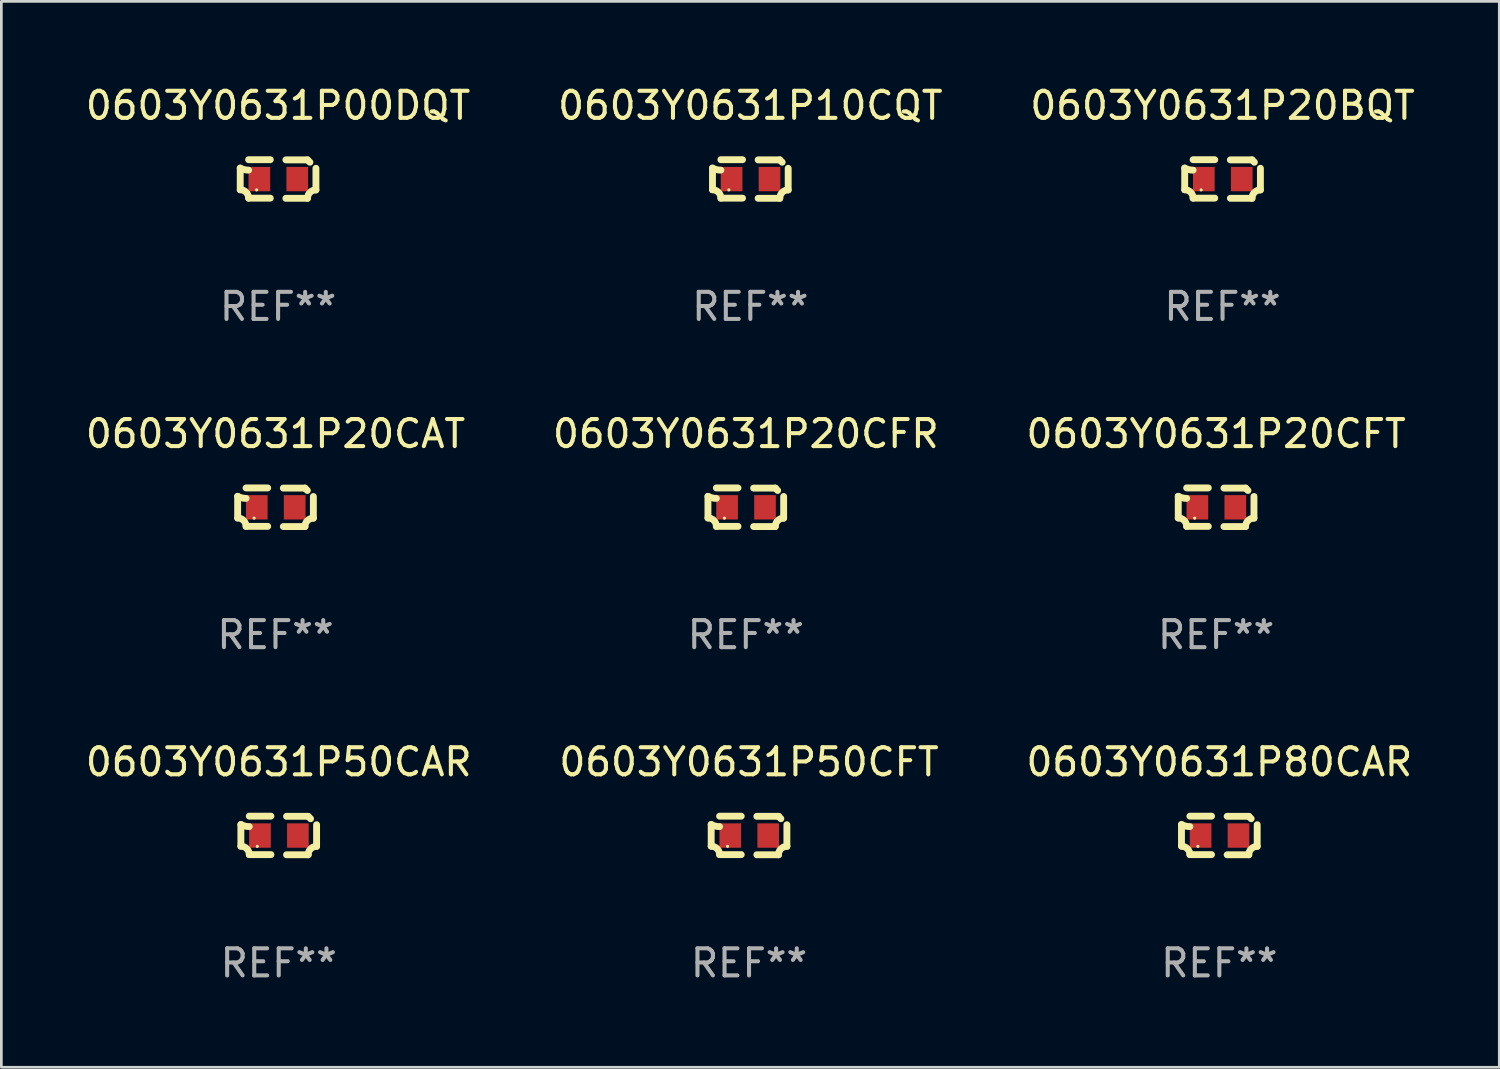
<source format=kicad_pcb>
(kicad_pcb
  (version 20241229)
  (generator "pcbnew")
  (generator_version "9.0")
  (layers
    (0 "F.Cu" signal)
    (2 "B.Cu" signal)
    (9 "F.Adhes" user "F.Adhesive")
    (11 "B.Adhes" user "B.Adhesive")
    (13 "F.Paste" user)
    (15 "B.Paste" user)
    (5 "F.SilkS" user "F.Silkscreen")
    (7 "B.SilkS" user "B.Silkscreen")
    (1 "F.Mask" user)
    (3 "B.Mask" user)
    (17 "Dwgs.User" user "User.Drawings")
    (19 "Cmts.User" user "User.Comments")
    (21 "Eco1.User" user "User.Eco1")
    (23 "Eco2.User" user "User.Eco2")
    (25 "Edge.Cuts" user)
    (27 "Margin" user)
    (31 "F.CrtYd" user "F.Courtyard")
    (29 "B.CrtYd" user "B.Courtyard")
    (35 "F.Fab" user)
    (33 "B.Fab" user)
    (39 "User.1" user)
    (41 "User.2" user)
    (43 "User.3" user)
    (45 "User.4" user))
  (footprint "0603Y0631P20CFT"
    (layer "F.Cu")
    (at 41.863 15.683)
    (property "Reference" "0603Y0631P20CFT" (at 0 -2.713 0) (layer "F.SilkS") (effects (font (size 1 1) (thickness 0.15))))
    (attr through_hole)
    (fp_line (start -1.398 -0.403) (end -1.398 0.397) (stroke (width 0.254) (type solid)) (layer "F.SilkS"))
    (fp_line (start -0.288 -0.713) (end -1.088 -0.713) (stroke (width 0.254) (type solid)) (layer "F.SilkS"))
    (fp_line (start -0.288 0.707) (end -1.088 0.707) (stroke (width 0.254) (type solid)) (layer "F.SilkS"))
    (fp_line (start 0.288 -0.707) (end 1.088 -0.707) (stroke (width 0.254) (type solid)) (layer "F.SilkS"))
    (fp_line (start 0.288 0.713) (end 1.088 0.713) (stroke (width 0.254) (type solid)) (layer "F.SilkS"))
    (fp_line (start 1.398 -0.397) (end 1.398 0.403) (stroke (width 0.254) (type solid)) (layer "F.SilkS"))
    (fp_arc (start -1.397789 0.397066) (mid -1.178701 0.487826) (end -1.08796 0.706922) (stroke (width 0.254001) (type solid)) (layer "F.SilkS"))
    (fp_arc (start -1.08796 -0.327176) (mid -1.247436 -0.346384) (end -1.39779 -0.402908) (stroke (width 0.254001) (type solid)) (layer "F.SilkS"))
    (fp_arc (start 1.087909 0.712738) (mid 1.178656 0.493655) (end 1.397739 0.402908) (stroke (width 0.254001) (type solid)) (layer "F.SilkS"))
    (fp_arc (start 1.175925 -0.618926) (mid 1.131917 -0.662923) (end 1.08791 -0.706922) (stroke (width 0.254001) (type solid)) (layer "F.SilkS"))
    (fp_circle (center -0.792 0.403) (end -0.762 0.403) (stroke (width 0.06) (type solid)) (fill no) (layer "F.SilkS"))
    (fp_text user "REF**" (at 0 4.713 0) (layer "F.Fab") (effects (font (size 1 1) (thickness 0.15))))
    (pad "1" smd rect (at -0.692 0.003) (size 0.8 0.9) (layers "F.Cu" "F.Mask" "F.Paste"))
    (pad "2" smd rect (at 0.708 0.003) (size 0.8 0.9) (layers "F.Cu" "F.Mask" "F.Paste")))
  (footprint "0603Y0631P10CQT"
    (layer "F.Cu")
    (at 24.661 3.561)
    (property "Reference" "0603Y0631P10CQT" (at 0 -2.713 0) (layer "F.SilkS") (effects (font (size 1 1) (thickness 0.15))))
    (attr through_hole)
    (fp_line (start -1.398 -0.403) (end -1.398 0.397) (stroke (width 0.254) (type solid)) (layer "F.SilkS"))
    (fp_line (start -0.288 -0.713) (end -1.088 -0.713) (stroke (width 0.254) (type solid)) (layer "F.SilkS"))
    (fp_line (start -0.288 0.707) (end -1.088 0.707) (stroke (width 0.254) (type solid)) (layer "F.SilkS"))
    (fp_line (start 0.288 -0.707) (end 1.088 -0.707) (stroke (width 0.254) (type solid)) (layer "F.SilkS"))
    (fp_line (start 0.288 0.713) (end 1.088 0.713) (stroke (width 0.254) (type solid)) (layer "F.SilkS"))
    (fp_line (start 1.398 -0.397) (end 1.398 0.403) (stroke (width 0.254) (type solid)) (layer "F.SilkS"))
    (fp_arc (start -1.397789 0.397066) (mid -1.178701 0.487826) (end -1.08796 0.706922) (stroke (width 0.254001) (type solid)) (layer "F.SilkS"))
    (fp_arc (start -1.08796 -0.327176) (mid -1.247436 -0.346384) (end -1.39779 -0.402908) (stroke (width 0.254001) (type solid)) (layer "F.SilkS"))
    (fp_arc (start 1.087909 0.712738) (mid 1.178656 0.493655) (end 1.397739 0.402908) (stroke (width 0.254001) (type solid)) (layer "F.SilkS"))
    (fp_arc (start 1.175925 -0.618926) (mid 1.131917 -0.662923) (end 1.08791 -0.706922) (stroke (width 0.254001) (type solid)) (layer "F.SilkS"))
    (fp_circle (center -0.792 0.403) (end -0.762 0.403) (stroke (width 0.06) (type solid)) (fill no) (layer "F.SilkS"))
    (fp_text user "REF**" (at 0 4.713 0) (layer "F.Fab") (effects (font (size 1 1) (thickness 0.15))))
    (pad "1" smd rect (at -0.692 0.003) (size 0.8 0.9) (layers "F.Cu" "F.Mask" "F.Paste"))
    (pad "2" smd rect (at 0.708 0.003) (size 0.8 0.9) (layers "F.Cu" "F.Mask" "F.Paste")))
  (footprint "0603Y0631P50CAR"
    (layer "F.Cu")
    (at 7.244 27.805)
    (property "Reference" "0603Y0631P50CAR" (at 0 -2.713 0) (layer "F.SilkS") (effects (font (size 1 1) (thickness 0.15))))
    (attr through_hole)
    (fp_line (start -1.398 -0.403) (end -1.398 0.397) (stroke (width 0.254) (type solid)) (layer "F.SilkS"))
    (fp_line (start -0.288 -0.713) (end -1.088 -0.713) (stroke (width 0.254) (type solid)) (layer "F.SilkS"))
    (fp_line (start -0.288 0.707) (end -1.088 0.707) (stroke (width 0.254) (type solid)) (layer "F.SilkS"))
    (fp_line (start 0.288 -0.707) (end 1.088 -0.707) (stroke (width 0.254) (type solid)) (layer "F.SilkS"))
    (fp_line (start 0.288 0.713) (end 1.088 0.713) (stroke (width 0.254) (type solid)) (layer "F.SilkS"))
    (fp_line (start 1.398 -0.397) (end 1.398 0.403) (stroke (width 0.254) (type solid)) (layer "F.SilkS"))
    (fp_arc (start -1.397789 0.397066) (mid -1.178701 0.487826) (end -1.08796 0.706922) (stroke (width 0.254001) (type solid)) (layer "F.SilkS"))
    (fp_arc (start -1.08796 -0.327176) (mid -1.247436 -0.346384) (end -1.39779 -0.402908) (stroke (width 0.254001) (type solid)) (layer "F.SilkS"))
    (fp_arc (start 1.087909 0.712738) (mid 1.178656 0.493655) (end 1.397739 0.402908) (stroke (width 0.254001) (type solid)) (layer "F.SilkS"))
    (fp_arc (start 1.175925 -0.618926) (mid 1.131917 -0.662923) (end 1.08791 -0.706922) (stroke (width 0.254001) (type solid)) (layer "F.SilkS"))
    (fp_circle (center -0.792 0.403) (end -0.762 0.403) (stroke (width 0.06) (type solid)) (fill no) (layer "F.SilkS"))
    (fp_text user "REF**" (at 0 4.713 0) (layer "F.Fab") (effects (font (size 1 1) (thickness 0.15))))
    (pad "1" smd rect (at -0.692 0.003) (size 0.8 0.9) (layers "F.Cu" "F.Mask" "F.Paste"))
    (pad "2" smd rect (at 0.708 0.003) (size 0.8 0.9) (layers "F.Cu" "F.Mask" "F.Paste")))
  (footprint "0603Y0631P20BQT"
    (layer "F.Cu")
    (at 42.101 3.561)
    (property "Reference" "0603Y0631P20BQT" (at 0 -2.713 0) (layer "F.SilkS") (effects (font (size 1 1) (thickness 0.15))))
    (attr through_hole)
    (fp_line (start -1.398 -0.403) (end -1.398 0.397) (stroke (width 0.254) (type solid)) (layer "F.SilkS"))
    (fp_line (start -0.288 -0.713) (end -1.088 -0.713) (stroke (width 0.254) (type solid)) (layer "F.SilkS"))
    (fp_line (start -0.288 0.707) (end -1.088 0.707) (stroke (width 0.254) (type solid)) (layer "F.SilkS"))
    (fp_line (start 0.288 -0.707) (end 1.088 -0.707) (stroke (width 0.254) (type solid)) (layer "F.SilkS"))
    (fp_line (start 0.288 0.713) (end 1.088 0.713) (stroke (width 0.254) (type solid)) (layer "F.SilkS"))
    (fp_line (start 1.398 -0.397) (end 1.398 0.403) (stroke (width 0.254) (type solid)) (layer "F.SilkS"))
    (fp_arc (start -1.397789 0.397066) (mid -1.178701 0.487826) (end -1.08796 0.706922) (stroke (width 0.254001) (type solid)) (layer "F.SilkS"))
    (fp_arc (start -1.08796 -0.327176) (mid -1.247436 -0.346384) (end -1.39779 -0.402908) (stroke (width 0.254001) (type solid)) (layer "F.SilkS"))
    (fp_arc (start 1.087909 0.712738) (mid 1.178656 0.493655) (end 1.397739 0.402908) (stroke (width 0.254001) (type solid)) (layer "F.SilkS"))
    (fp_arc (start 1.175925 -0.618926) (mid 1.131917 -0.662923) (end 1.08791 -0.706922) (stroke (width 0.254001) (type solid)) (layer "F.SilkS"))
    (fp_circle (center -0.792 0.403) (end -0.762 0.403) (stroke (width 0.06) (type solid)) (fill no) (layer "F.SilkS"))
    (fp_text user "REF**" (at 0 4.713 0) (layer "F.Fab") (effects (font (size 1 1) (thickness 0.15))))
    (pad "1" smd rect (at -0.692 0.003) (size 0.8 0.9) (layers "F.Cu" "F.Mask" "F.Paste"))
    (pad "2" smd rect (at 0.708 0.003) (size 0.8 0.9) (layers "F.Cu" "F.Mask" "F.Paste")))
  (footprint "0603Y0631P50CFT"
    (layer "F.Cu")
    (at 24.613 27.805)
    (property "Reference" "0603Y0631P50CFT" (at 0 -2.713 0) (layer "F.SilkS") (effects (font (size 1 1) (thickness 0.15))))
    (attr through_hole)
    (fp_line (start -1.398 -0.403) (end -1.398 0.397) (stroke (width 0.254) (type solid)) (layer "F.SilkS"))
    (fp_line (start -0.288 -0.713) (end -1.088 -0.713) (stroke (width 0.254) (type solid)) (layer "F.SilkS"))
    (fp_line (start -0.288 0.707) (end -1.088 0.707) (stroke (width 0.254) (type solid)) (layer "F.SilkS"))
    (fp_line (start 0.288 -0.707) (end 1.088 -0.707) (stroke (width 0.254) (type solid)) (layer "F.SilkS"))
    (fp_line (start 0.288 0.713) (end 1.088 0.713) (stroke (width 0.254) (type solid)) (layer "F.SilkS"))
    (fp_line (start 1.398 -0.397) (end 1.398 0.403) (stroke (width 0.254) (type solid)) (layer "F.SilkS"))
    (fp_arc (start -1.397789 0.397066) (mid -1.178701 0.487826) (end -1.08796 0.706922) (stroke (width 0.254001) (type solid)) (layer "F.SilkS"))
    (fp_arc (start -1.08796 -0.327176) (mid -1.247436 -0.346384) (end -1.39779 -0.402908) (stroke (width 0.254001) (type solid)) (layer "F.SilkS"))
    (fp_arc (start 1.087909 0.712738) (mid 1.178656 0.493655) (end 1.397739 0.402908) (stroke (width 0.254001) (type solid)) (layer "F.SilkS"))
    (fp_arc (start 1.175925 -0.618926) (mid 1.131917 -0.662923) (end 1.08791 -0.706922) (stroke (width 0.254001) (type solid)) (layer "F.SilkS"))
    (fp_circle (center -0.792 0.403) (end -0.762 0.403) (stroke (width 0.06) (type solid)) (fill no) (layer "F.SilkS"))
    (fp_text user "REF**" (at 0 4.713 0) (layer "F.Fab") (effects (font (size 1 1) (thickness 0.15))))
    (pad "1" smd rect (at -0.692 0.003) (size 0.8 0.9) (layers "F.Cu" "F.Mask" "F.Paste"))
    (pad "2" smd rect (at 0.708 0.003) (size 0.8 0.9) (layers "F.Cu" "F.Mask" "F.Paste")))
  (footprint "0603Y0631P00DQT"
    (layer "F.Cu")
    (at 7.22 3.561)
    (property "Reference" "0603Y0631P00DQT" (at 0 -2.713 0) (layer "F.SilkS") (effects (font (size 1 1) (thickness 0.15))))
    (attr through_hole)
    (fp_line (start -1.398 -0.403) (end -1.398 0.397) (stroke (width 0.254) (type solid)) (layer "F.SilkS"))
    (fp_line (start -0.288 -0.713) (end -1.088 -0.713) (stroke (width 0.254) (type solid)) (layer "F.SilkS"))
    (fp_line (start -0.288 0.707) (end -1.088 0.707) (stroke (width 0.254) (type solid)) (layer "F.SilkS"))
    (fp_line (start 0.288 -0.707) (end 1.088 -0.707) (stroke (width 0.254) (type solid)) (layer "F.SilkS"))
    (fp_line (start 0.288 0.713) (end 1.088 0.713) (stroke (width 0.254) (type solid)) (layer "F.SilkS"))
    (fp_line (start 1.398 -0.397) (end 1.398 0.403) (stroke (width 0.254) (type solid)) (layer "F.SilkS"))
    (fp_arc (start -1.397789 0.397066) (mid -1.178701 0.487826) (end -1.08796 0.706922) (stroke (width 0.254001) (type solid)) (layer "F.SilkS"))
    (fp_arc (start -1.08796 -0.327176) (mid -1.247436 -0.346384) (end -1.39779 -0.402908) (stroke (width 0.254001) (type solid)) (layer "F.SilkS"))
    (fp_arc (start 1.087909 0.712738) (mid 1.178656 0.493655) (end 1.397739 0.402908) (stroke (width 0.254001) (type solid)) (layer "F.SilkS"))
    (fp_arc (start 1.175925 -0.618926) (mid 1.131917 -0.662923) (end 1.08791 -0.706922) (stroke (width 0.254001) (type solid)) (layer "F.SilkS"))
    (fp_circle (center -0.792 0.403) (end -0.762 0.403) (stroke (width 0.06) (type solid)) (fill no) (layer "F.SilkS"))
    (fp_text user "REF**" (at 0 4.713 0) (layer "F.Fab") (effects (font (size 1 1) (thickness 0.15))))
    (pad "1" smd rect (at -0.692 0.003) (size 0.8 0.9) (layers "F.Cu" "F.Mask" "F.Paste"))
    (pad "2" smd rect (at 0.708 0.003) (size 0.8 0.9) (layers "F.Cu" "F.Mask" "F.Paste")))
  (footprint "0603Y0631P20CAT"
    (layer "F.Cu")
    (at 7.125 15.683)
    (property "Reference" "0603Y0631P20CAT" (at 0 -2.713 0) (layer "F.SilkS") (effects (font (size 1 1) (thickness 0.15))))
    (attr through_hole)
    (fp_line (start -1.398 -0.403) (end -1.398 0.397) (stroke (width 0.254) (type solid)) (layer "F.SilkS"))
    (fp_line (start -0.288 -0.713) (end -1.088 -0.713) (stroke (width 0.254) (type solid)) (layer "F.SilkS"))
    (fp_line (start -0.288 0.707) (end -1.088 0.707) (stroke (width 0.254) (type solid)) (layer "F.SilkS"))
    (fp_line (start 0.288 -0.707) (end 1.088 -0.707) (stroke (width 0.254) (type solid)) (layer "F.SilkS"))
    (fp_line (start 0.288 0.713) (end 1.088 0.713) (stroke (width 0.254) (type solid)) (layer "F.SilkS"))
    (fp_line (start 1.398 -0.397) (end 1.398 0.403) (stroke (width 0.254) (type solid)) (layer "F.SilkS"))
    (fp_arc (start -1.397789 0.397066) (mid -1.178701 0.487826) (end -1.08796 0.706922) (stroke (width 0.254001) (type solid)) (layer "F.SilkS"))
    (fp_arc (start -1.08796 -0.327176) (mid -1.247436 -0.346384) (end -1.39779 -0.402908) (stroke (width 0.254001) (type solid)) (layer "F.SilkS"))
    (fp_arc (start 1.087909 0.712738) (mid 1.178656 0.493655) (end 1.397739 0.402908) (stroke (width 0.254001) (type solid)) (layer "F.SilkS"))
    (fp_arc (start 1.175925 -0.618926) (mid 1.131917 -0.662923) (end 1.08791 -0.706922) (stroke (width 0.254001) (type solid)) (layer "F.SilkS"))
    (fp_circle (center -0.792 0.403) (end -0.762 0.403) (stroke (width 0.06) (type solid)) (fill no) (layer "F.SilkS"))
    (fp_text user "REF**" (at 0 4.713 0) (layer "F.Fab") (effects (font (size 1 1) (thickness 0.15))))
    (pad "1" smd rect (at -0.692 0.003) (size 0.8 0.9) (layers "F.Cu" "F.Mask" "F.Paste"))
    (pad "2" smd rect (at 0.708 0.003) (size 0.8 0.9) (layers "F.Cu" "F.Mask" "F.Paste")))
  (footprint "0603Y0631P80CAR"
    (layer "F.Cu")
    (at 41.982 27.805)
    (property "Reference" "0603Y0631P80CAR" (at 0 -2.713 0) (layer "F.SilkS") (effects (font (size 1 1) (thickness 0.15))))
    (attr through_hole)
    (fp_line (start -1.398 -0.403) (end -1.398 0.397) (stroke (width 0.254) (type solid)) (layer "F.SilkS"))
    (fp_line (start -0.288 -0.713) (end -1.088 -0.713) (stroke (width 0.254) (type solid)) (layer "F.SilkS"))
    (fp_line (start -0.288 0.707) (end -1.088 0.707) (stroke (width 0.254) (type solid)) (layer "F.SilkS"))
    (fp_line (start 0.288 -0.707) (end 1.088 -0.707) (stroke (width 0.254) (type solid)) (layer "F.SilkS"))
    (fp_line (start 0.288 0.713) (end 1.088 0.713) (stroke (width 0.254) (type solid)) (layer "F.SilkS"))
    (fp_line (start 1.398 -0.397) (end 1.398 0.403) (stroke (width 0.254) (type solid)) (layer "F.SilkS"))
    (fp_arc (start -1.397789 0.397066) (mid -1.178701 0.487826) (end -1.08796 0.706922) (stroke (width 0.254001) (type solid)) (layer "F.SilkS"))
    (fp_arc (start -1.08796 -0.327176) (mid -1.247436 -0.346384) (end -1.39779 -0.402908) (stroke (width 0.254001) (type solid)) (layer "F.SilkS"))
    (fp_arc (start 1.087909 0.712738) (mid 1.178656 0.493655) (end 1.397739 0.402908) (stroke (width 0.254001) (type solid)) (layer "F.SilkS"))
    (fp_arc (start 1.175925 -0.618926) (mid 1.131917 -0.662923) (end 1.08791 -0.706922) (stroke (width 0.254001) (type solid)) (layer "F.SilkS"))
    (fp_circle (center -0.792 0.403) (end -0.762 0.403) (stroke (width 0.06) (type solid)) (fill no) (layer "F.SilkS"))
    (fp_text user "REF**" (at 0 4.713 0) (layer "F.Fab") (effects (font (size 1 1) (thickness 0.15))))
    (pad "1" smd rect (at -0.692 0.003) (size 0.8 0.9) (layers "F.Cu" "F.Mask" "F.Paste"))
    (pad "2" smd rect (at 0.708 0.003) (size 0.8 0.9) (layers "F.Cu" "F.Mask" "F.Paste")))
  (footprint "0603Y0631P20CFR"
    (layer "F.Cu")
    (at 24.494 15.683)
    (property "Reference" "0603Y0631P20CFR" (at 0 -2.713 0) (layer "F.SilkS") (effects (font (size 1 1) (thickness 0.15))))
    (attr through_hole)
    (fp_line (start -1.398 -0.403) (end -1.398 0.397) (stroke (width 0.254) (type solid)) (layer "F.SilkS"))
    (fp_line (start -0.288 -0.713) (end -1.088 -0.713) (stroke (width 0.254) (type solid)) (layer "F.SilkS"))
    (fp_line (start -0.288 0.707) (end -1.088 0.707) (stroke (width 0.254) (type solid)) (layer "F.SilkS"))
    (fp_line (start 0.288 -0.707) (end 1.088 -0.707) (stroke (width 0.254) (type solid)) (layer "F.SilkS"))
    (fp_line (start 0.288 0.713) (end 1.088 0.713) (stroke (width 0.254) (type solid)) (layer "F.SilkS"))
    (fp_line (start 1.398 -0.397) (end 1.398 0.403) (stroke (width 0.254) (type solid)) (layer "F.SilkS"))
    (fp_arc (start -1.397789 0.397066) (mid -1.178701 0.487826) (end -1.08796 0.706922) (stroke (width 0.254001) (type solid)) (layer "F.SilkS"))
    (fp_arc (start -1.08796 -0.327176) (mid -1.247436 -0.346384) (end -1.39779 -0.402908) (stroke (width 0.254001) (type solid)) (layer "F.SilkS"))
    (fp_arc (start 1.087909 0.712738) (mid 1.178656 0.493655) (end 1.397739 0.402908) (stroke (width 0.254001) (type solid)) (layer "F.SilkS"))
    (fp_arc (start 1.175925 -0.618926) (mid 1.131917 -0.662923) (end 1.08791 -0.706922) (stroke (width 0.254001) (type solid)) (layer "F.SilkS"))
    (fp_circle (center -0.792 0.403) (end -0.762 0.403) (stroke (width 0.06) (type solid)) (fill no) (layer "F.SilkS"))
    (fp_text user "REF**" (at 0 4.713 0) (layer "F.Fab") (effects (font (size 1 1) (thickness 0.15))))
    (pad "1" smd rect (at -0.692 0.003) (size 0.8 0.9) (layers "F.Cu" "F.Mask" "F.Paste"))
    (pad "2" smd rect (at 0.708 0.003) (size 0.8 0.9) (layers "F.Cu" "F.Mask" "F.Paste")))
  (gr_rect
    (start -3 -3)
    (end 52.321 36.366)
    (stroke (width 0.1) (type default))
    (fill no)
    (layer "Edge.Cuts")))
</source>
